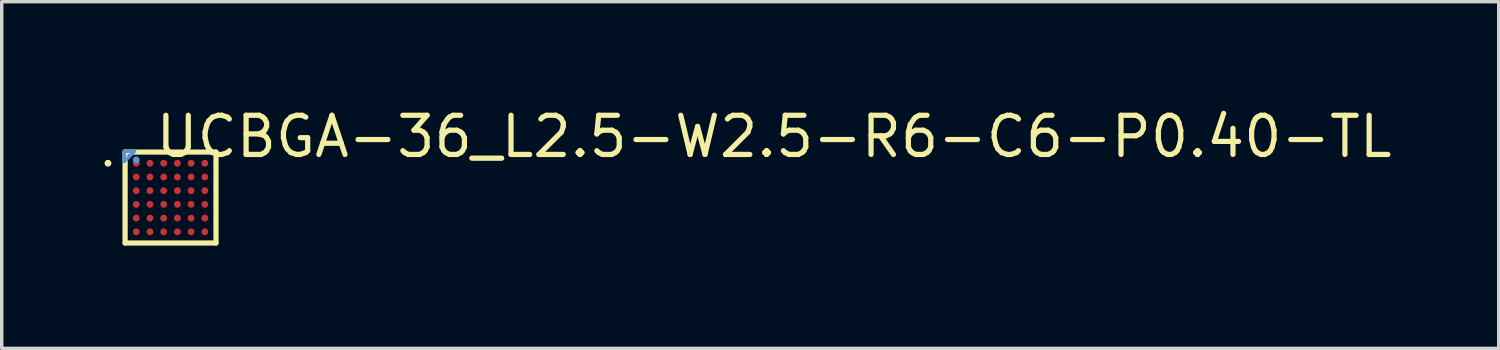
<source format=kicad_pcb>
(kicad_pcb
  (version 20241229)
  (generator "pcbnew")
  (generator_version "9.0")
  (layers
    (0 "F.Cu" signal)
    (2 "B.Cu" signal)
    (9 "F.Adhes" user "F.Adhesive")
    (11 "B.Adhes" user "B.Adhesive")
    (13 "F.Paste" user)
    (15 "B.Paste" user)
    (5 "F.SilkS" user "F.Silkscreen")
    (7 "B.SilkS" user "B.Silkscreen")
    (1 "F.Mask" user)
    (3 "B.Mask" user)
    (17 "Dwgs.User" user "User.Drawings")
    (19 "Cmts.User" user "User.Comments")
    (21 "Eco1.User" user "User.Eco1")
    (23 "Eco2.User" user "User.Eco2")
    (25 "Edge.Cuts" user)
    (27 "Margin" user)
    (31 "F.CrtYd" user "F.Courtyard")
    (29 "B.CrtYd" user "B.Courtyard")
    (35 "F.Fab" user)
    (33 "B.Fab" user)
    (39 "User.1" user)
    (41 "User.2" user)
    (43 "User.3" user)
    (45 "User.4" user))
  (footprint "UCBGA-36_L2.5-W2.5-R6-C6-P0.40-TL"
    (layer "F.Cu")
    (at 1.926 2.713)
    (property "Reference" "UCBGA-36_L2.5-W2.5-R6-C6-P0.40-TL" (at -0.508 -1.778 0) (layer "F.SilkS") (effects (font (size 1.143 1.143) (thickness 0.152)) (justify left)))
    (attr smd)
    (fp_line (start -1.326 -1.326) (end 1.326 -1.326) (stroke (width 0.152) (type solid)) (layer "F.SilkS"))
    (fp_line (start -1.326 1.326) (end -1.326 -1.326) (stroke (width 0.152) (type solid)) (layer "F.SilkS"))
    (fp_line (start 1.326 -1.326) (end 1.326 1.326) (stroke (width 0.152) (type solid)) (layer "F.SilkS"))
    (fp_line (start 1.326 1.326) (end -1.326 1.326) (stroke (width 0.152) (type solid)) (layer "F.SilkS"))
    (fp_circle (center -1.826 -1) (end -1.776 -1) (stroke (width 0.1) (type solid)) (fill no) (layer "F.SilkS"))
    (fp_poly (pts (xy -1.08 -1.1) (xy -0.92 -1.1) (xy -0.9 -1.08) (xy -0.9 -0.92) (xy -0.92 -0.9) (xy -1.08 -0.9) (xy -1.1 -0.92) (xy -1.1 -1.08)) (stroke (width 0) (type solid)) (fill yes) (layer "F.Paste"))
    (fp_poly (pts (xy -1.08 -0.7) (xy -0.92 -0.7) (xy -0.9 -0.68) (xy -0.9 -0.52) (xy -0.92 -0.5) (xy -1.08 -0.5) (xy -1.1 -0.52) (xy -1.1 -0.68)) (stroke (width 0) (type solid)) (fill yes) (layer "F.Paste"))
    (fp_poly (pts (xy -1.08 -0.3) (xy -0.92 -0.3) (xy -0.9 -0.28) (xy -0.9 -0.12) (xy -0.92 -0.1) (xy -1.08 -0.1) (xy -1.1 -0.12) (xy -1.1 -0.28)) (stroke (width 0) (type solid)) (fill yes) (layer "F.Paste"))
    (fp_poly (pts (xy -1.08 0.1) (xy -0.92 0.1) (xy -0.9 0.12) (xy -0.9 0.28) (xy -0.92 0.3) (xy -1.08 0.3) (xy -1.1 0.28) (xy -1.1 0.12)) (stroke (width 0) (type solid)) (fill yes) (layer "F.Paste"))
    (fp_poly (pts (xy -1.08 0.5) (xy -0.92 0.5) (xy -0.9 0.52) (xy -0.9 0.68) (xy -0.92 0.7) (xy -1.08 0.7) (xy -1.1 0.68) (xy -1.1 0.52)) (stroke (width 0) (type solid)) (fill yes) (layer "F.Paste"))
    (fp_poly (pts (xy -1.08 0.9) (xy -0.92 0.9) (xy -0.9 0.92) (xy -0.9 1.08) (xy -0.92 1.1) (xy -1.08 1.1) (xy -1.1 1.08) (xy -1.1 0.92)) (stroke (width 0) (type solid)) (fill yes) (layer "F.Paste"))
    (fp_poly (pts (xy -0.68 -1.1) (xy -0.52 -1.1) (xy -0.5 -1.08) (xy -0.5 -0.92) (xy -0.52 -0.9) (xy -0.68 -0.9) (xy -0.7 -0.92) (xy -0.7 -1.08)) (stroke (width 0) (type solid)) (fill yes) (layer "F.Paste"))
    (fp_poly (pts (xy -0.68 -0.7) (xy -0.52 -0.7) (xy -0.5 -0.68) (xy -0.5 -0.52) (xy -0.52 -0.5) (xy -0.68 -0.5) (xy -0.7 -0.52) (xy -0.7 -0.68)) (stroke (width 0) (type solid)) (fill yes) (layer "F.Paste"))
    (fp_poly (pts (xy -0.68 -0.3) (xy -0.52 -0.3) (xy -0.5 -0.28) (xy -0.5 -0.12) (xy -0.52 -0.1) (xy -0.68 -0.1) (xy -0.7 -0.12) (xy -0.7 -0.28)) (stroke (width 0) (type solid)) (fill yes) (layer "F.Paste"))
    (fp_poly (pts (xy -0.68 0.1) (xy -0.52 0.1) (xy -0.5 0.12) (xy -0.5 0.28) (xy -0.52 0.3) (xy -0.68 0.3) (xy -0.7 0.28) (xy -0.7 0.12)) (stroke (width 0) (type solid)) (fill yes) (layer "F.Paste"))
    (fp_poly (pts (xy -0.68 0.5) (xy -0.52 0.5) (xy -0.5 0.52) (xy -0.5 0.68) (xy -0.52 0.7) (xy -0.68 0.7) (xy -0.7 0.68) (xy -0.7 0.52)) (stroke (width 0) (type solid)) (fill yes) (layer "F.Paste"))
    (fp_poly (pts (xy -0.68 0.9) (xy -0.52 0.9) (xy -0.5 0.92) (xy -0.5 1.08) (xy -0.52 1.1) (xy -0.68 1.1) (xy -0.7 1.08) (xy -0.7 0.92)) (stroke (width 0) (type solid)) (fill yes) (layer "F.Paste"))
    (fp_poly (pts (xy -0.28 -1.1) (xy -0.12 -1.1) (xy -0.1 -1.08) (xy -0.1 -0.92) (xy -0.12 -0.9) (xy -0.28 -0.9) (xy -0.3 -0.92) (xy -0.3 -1.08)) (stroke (width 0) (type solid)) (fill yes) (layer "F.Paste"))
    (fp_poly (pts (xy -0.28 -0.7) (xy -0.12 -0.7) (xy -0.1 -0.68) (xy -0.1 -0.52) (xy -0.12 -0.5) (xy -0.28 -0.5) (xy -0.3 -0.52) (xy -0.3 -0.68)) (stroke (width 0) (type solid)) (fill yes) (layer "F.Paste"))
    (fp_poly (pts (xy -0.28 -0.3) (xy -0.12 -0.3) (xy -0.1 -0.28) (xy -0.1 -0.12) (xy -0.12 -0.1) (xy -0.28 -0.1) (xy -0.3 -0.12) (xy -0.3 -0.28)) (stroke (width 0) (type solid)) (fill yes) (layer "F.Paste"))
    (fp_poly (pts (xy -0.28 0.1) (xy -0.12 0.1) (xy -0.1 0.12) (xy -0.1 0.28) (xy -0.12 0.3) (xy -0.28 0.3) (xy -0.3 0.28) (xy -0.3 0.12)) (stroke (width 0) (type solid)) (fill yes) (layer "F.Paste"))
    (fp_poly (pts (xy -0.28 0.5) (xy -0.12 0.5) (xy -0.1 0.52) (xy -0.1 0.68) (xy -0.12 0.7) (xy -0.28 0.7) (xy -0.3 0.68) (xy -0.3 0.52)) (stroke (width 0) (type solid)) (fill yes) (layer "F.Paste"))
    (fp_poly (pts (xy -0.28 0.9) (xy -0.12 0.9) (xy -0.1 0.92) (xy -0.1 1.08) (xy -0.12 1.1) (xy -0.28 1.1) (xy -0.3 1.08) (xy -0.3 0.92)) (stroke (width 0) (type solid)) (fill yes) (layer "F.Paste"))
    (fp_poly (pts (xy 0.12 -1.1) (xy 0.28 -1.1) (xy 0.3 -1.08) (xy 0.3 -0.92) (xy 0.28 -0.9) (xy 0.12 -0.9) (xy 0.1 -0.92) (xy 0.1 -1.08)) (stroke (width 0) (type solid)) (fill yes) (layer "F.Paste"))
    (fp_poly (pts (xy 0.12 -0.7) (xy 0.28 -0.7) (xy 0.3 -0.68) (xy 0.3 -0.52) (xy 0.28 -0.5) (xy 0.12 -0.5) (xy 0.1 -0.52) (xy 0.1 -0.68)) (stroke (width 0) (type solid)) (fill yes) (layer "F.Paste"))
    (fp_poly (pts (xy 0.12 -0.3) (xy 0.28 -0.3) (xy 0.3 -0.28) (xy 0.3 -0.12) (xy 0.28 -0.1) (xy 0.12 -0.1) (xy 0.1 -0.12) (xy 0.1 -0.28)) (stroke (width 0) (type solid)) (fill yes) (layer "F.Paste"))
    (fp_poly (pts (xy 0.12 0.1) (xy 0.28 0.1) (xy 0.3 0.12) (xy 0.3 0.28) (xy 0.28 0.3) (xy 0.12 0.3) (xy 0.1 0.28) (xy 0.1 0.12)) (stroke (width 0) (type solid)) (fill yes) (layer "F.Paste"))
    (fp_poly (pts (xy 0.12 0.5) (xy 0.28 0.5) (xy 0.3 0.52) (xy 0.3 0.68) (xy 0.28 0.7) (xy 0.12 0.7) (xy 0.1 0.68) (xy 0.1 0.52)) (stroke (width 0) (type solid)) (fill yes) (layer "F.Paste"))
    (fp_poly (pts (xy 0.12 0.9) (xy 0.28 0.9) (xy 0.3 0.92) (xy 0.3 1.08) (xy 0.28 1.1) (xy 0.12 1.1) (xy 0.1 1.08) (xy 0.1 0.92)) (stroke (width 0) (type solid)) (fill yes) (layer "F.Paste"))
    (fp_poly (pts (xy 0.52 -1.1) (xy 0.68 -1.1) (xy 0.7 -1.08) (xy 0.7 -0.92) (xy 0.68 -0.9) (xy 0.52 -0.9) (xy 0.5 -0.92) (xy 0.5 -1.08)) (stroke (width 0) (type solid)) (fill yes) (layer "F.Paste"))
    (fp_poly (pts (xy 0.52 -0.7) (xy 0.68 -0.7) (xy 0.7 -0.68) (xy 0.7 -0.52) (xy 0.68 -0.5) (xy 0.52 -0.5) (xy 0.5 -0.52) (xy 0.5 -0.68)) (stroke (width 0) (type solid)) (fill yes) (layer "F.Paste"))
    (fp_poly (pts (xy 0.52 -0.3) (xy 0.68 -0.3) (xy 0.7 -0.28) (xy 0.7 -0.12) (xy 0.68 -0.1) (xy 0.52 -0.1) (xy 0.5 -0.12) (xy 0.5 -0.28)) (stroke (width 0) (type solid)) (fill yes) (layer "F.Paste"))
    (fp_poly (pts (xy 0.52 0.1) (xy 0.68 0.1) (xy 0.7 0.12) (xy 0.7 0.28) (xy 0.68 0.3) (xy 0.52 0.3) (xy 0.5 0.28) (xy 0.5 0.12)) (stroke (width 0) (type solid)) (fill yes) (layer "F.Paste"))
    (fp_poly (pts (xy 0.52 0.5) (xy 0.68 0.5) (xy 0.7 0.52) (xy 0.7 0.68) (xy 0.68 0.7) (xy 0.52 0.7) (xy 0.5 0.68) (xy 0.5 0.52)) (stroke (width 0) (type solid)) (fill yes) (layer "F.Paste"))
    (fp_poly (pts (xy 0.52 0.9) (xy 0.68 0.9) (xy 0.7 0.92) (xy 0.7 1.08) (xy 0.68 1.1) (xy 0.52 1.1) (xy 0.5 1.08) (xy 0.5 0.92)) (stroke (width 0) (type solid)) (fill yes) (layer "F.Paste"))
    (fp_poly (pts (xy 0.92 -1.1) (xy 1.08 -1.1) (xy 1.1 -1.08) (xy 1.1 -0.92) (xy 1.08 -0.9) (xy 0.92 -0.9) (xy 0.9 -0.92) (xy 0.9 -1.08)) (stroke (width 0) (type solid)) (fill yes) (layer "F.Paste"))
    (fp_poly (pts (xy 0.92 -0.7) (xy 1.08 -0.7) (xy 1.1 -0.68) (xy 1.1 -0.52) (xy 1.08 -0.5) (xy 0.92 -0.5) (xy 0.9 -0.52) (xy 0.9 -0.68)) (stroke (width 0) (type solid)) (fill yes) (layer "F.Paste"))
    (fp_poly (pts (xy 0.92 -0.3) (xy 1.08 -0.3) (xy 1.1 -0.28) (xy 1.1 -0.12) (xy 1.08 -0.1) (xy 0.92 -0.1) (xy 0.9 -0.12) (xy 0.9 -0.28)) (stroke (width 0) (type solid)) (fill yes) (layer "F.Paste"))
    (fp_poly (pts (xy 0.92 0.1) (xy 1.08 0.1) (xy 1.1 0.12) (xy 1.1 0.28) (xy 1.08 0.3) (xy 0.92 0.3) (xy 0.9 0.28) (xy 0.9 0.12)) (stroke (width 0) (type solid)) (fill yes) (layer "F.Paste"))
    (fp_poly (pts (xy 0.92 0.5) (xy 1.08 0.5) (xy 1.1 0.52) (xy 1.1 0.68) (xy 1.08 0.7) (xy 0.92 0.7) (xy 0.9 0.68) (xy 0.9 0.52)) (stroke (width 0) (type solid)) (fill yes) (layer "F.Paste"))
    (fp_poly (pts (xy 0.92 0.9) (xy 1.08 0.9) (xy 1.1 0.92) (xy 1.1 1.08) (xy 1.08 1.1) (xy 0.92 1.1) (xy 0.9 1.08) (xy 0.9 0.92)) (stroke (width 0) (type solid)) (fill yes) (layer "F.Paste"))
    (fp_circle (center -1 -1.1) (end -0.95 -1.1) (stroke (width 0.1) (type solid)) (fill no) (layer "Cmts.User"))
    (fp_poly (pts (xy -1.05 -1.35) (xy -1.35 -1.35) (xy -1.35 -1.05)) (stroke (width 0.1) (type solid)) (fill no) (layer "Cmts.User"))
    (pad "A1" smd circle (at -1 -1) (size 0.2 0.2) (layers "F.Cu" "F.Mask" "F.Paste"))
    (pad "A2" smd circle (at -0.6 -1) (size 0.2 0.2) (layers "F.Cu" "F.Mask" "F.Paste"))
    (pad "A3" smd circle (at -0.2 -1) (size 0.2 0.2) (layers "F.Cu" "F.Mask" "F.Paste"))
    (pad "A4" smd circle (at 0.2 -1) (size 0.2 0.2) (layers "F.Cu" "F.Mask" "F.Paste"))
    (pad "A5" smd circle (at 0.6 -1) (size 0.2 0.2) (layers "F.Cu" "F.Mask" "F.Paste"))
    (pad "A6" smd circle (at 1 -1) (size 0.2 0.2) (layers "F.Cu" "F.Mask" "F.Paste"))
    (pad "B1" smd circle (at -1 -0.6) (size 0.2 0.2) (layers "F.Cu" "F.Mask" "F.Paste"))
    (pad "B2" smd circle (at -0.6 -0.6) (size 0.2 0.2) (layers "F.Cu" "F.Mask" "F.Paste"))
    (pad "B3" smd circle (at -0.2 -0.6) (size 0.2 0.2) (layers "F.Cu" "F.Mask" "F.Paste"))
    (pad "B4" smd circle (at 0.2 -0.6) (size 0.2 0.2) (layers "F.Cu" "F.Mask" "F.Paste"))
    (pad "B5" smd circle (at 0.6 -0.6) (size 0.2 0.2) (layers "F.Cu" "F.Mask" "F.Paste"))
    (pad "B6" smd circle (at 1 -0.6) (size 0.2 0.2) (layers "F.Cu" "F.Mask" "F.Paste"))
    (pad "C1" smd circle (at -1 -0.2) (size 0.2 0.2) (layers "F.Cu" "F.Mask" "F.Paste"))
    (pad "C2" smd circle (at -0.6 -0.2) (size 0.2 0.2) (layers "F.Cu" "F.Mask" "F.Paste"))
    (pad "C3" smd circle (at -0.2 -0.2) (size 0.2 0.2) (layers "F.Cu" "F.Mask" "F.Paste"))
    (pad "C4" smd circle (at 0.2 -0.2) (size 0.2 0.2) (layers "F.Cu" "F.Mask" "F.Paste"))
    (pad "C5" smd circle (at 0.6 -0.2) (size 0.2 0.2) (layers "F.Cu" "F.Mask" "F.Paste"))
    (pad "C6" smd circle (at 1 -0.2) (size 0.2 0.2) (layers "F.Cu" "F.Mask" "F.Paste"))
    (pad "D1" smd circle (at -1 0.2) (size 0.2 0.2) (layers "F.Cu" "F.Mask" "F.Paste"))
    (pad "D2" smd circle (at -0.6 0.2) (size 0.2 0.2) (layers "F.Cu" "F.Mask" "F.Paste"))
    (pad "D3" smd circle (at -0.2 0.2) (size 0.2 0.2) (layers "F.Cu" "F.Mask" "F.Paste"))
    (pad "D4" smd circle (at 0.2 0.2) (size 0.2 0.2) (layers "F.Cu" "F.Mask" "F.Paste"))
    (pad "D5" smd circle (at 0.6 0.2) (size 0.2 0.2) (layers "F.Cu" "F.Mask" "F.Paste"))
    (pad "D6" smd circle (at 1 0.2) (size 0.2 0.2) (layers "F.Cu" "F.Mask" "F.Paste"))
    (pad "E1" smd circle (at -1 0.6) (size 0.2 0.2) (layers "F.Cu" "F.Mask" "F.Paste"))
    (pad "E2" smd circle (at -0.6 0.6) (size 0.2 0.2) (layers "F.Cu" "F.Mask" "F.Paste"))
    (pad "E3" smd circle (at -0.2 0.6) (size 0.2 0.2) (layers "F.Cu" "F.Mask" "F.Paste"))
    (pad "E4" smd circle (at 0.2 0.6) (size 0.2 0.2) (layers "F.Cu" "F.Mask" "F.Paste"))
    (pad "E5" smd circle (at 0.6 0.6) (size 0.2 0.2) (layers "F.Cu" "F.Mask" "F.Paste"))
    (pad "E6" smd circle (at 1 0.6) (size 0.2 0.2) (layers "F.Cu" "F.Mask" "F.Paste"))
    (pad "F1" smd circle (at -1 1) (size 0.2 0.2) (layers "F.Cu" "F.Mask" "F.Paste"))
    (pad "F2" smd circle (at -0.6 1) (size 0.2 0.2) (layers "F.Cu" "F.Mask" "F.Paste"))
    (pad "F3" smd circle (at -0.2 1) (size 0.2 0.2) (layers "F.Cu" "F.Mask" "F.Paste"))
    (pad "F4" smd circle (at 0.2 1) (size 0.2 0.2) (layers "F.Cu" "F.Mask" "F.Paste"))
    (pad "F5" smd circle (at 0.6 1) (size 0.2 0.2) (layers "F.Cu" "F.Mask" "F.Paste"))
    (pad "F6" smd circle (at 1 1) (size 0.2 0.2) (layers "F.Cu" "F.Mask" "F.Paste")))
  (gr_rect
    (start -3 -3)
    (end 40.677 7.115)
    (stroke (width 0.1) (type default))
    (fill no)
    (layer "Edge.Cuts")))
</source>
